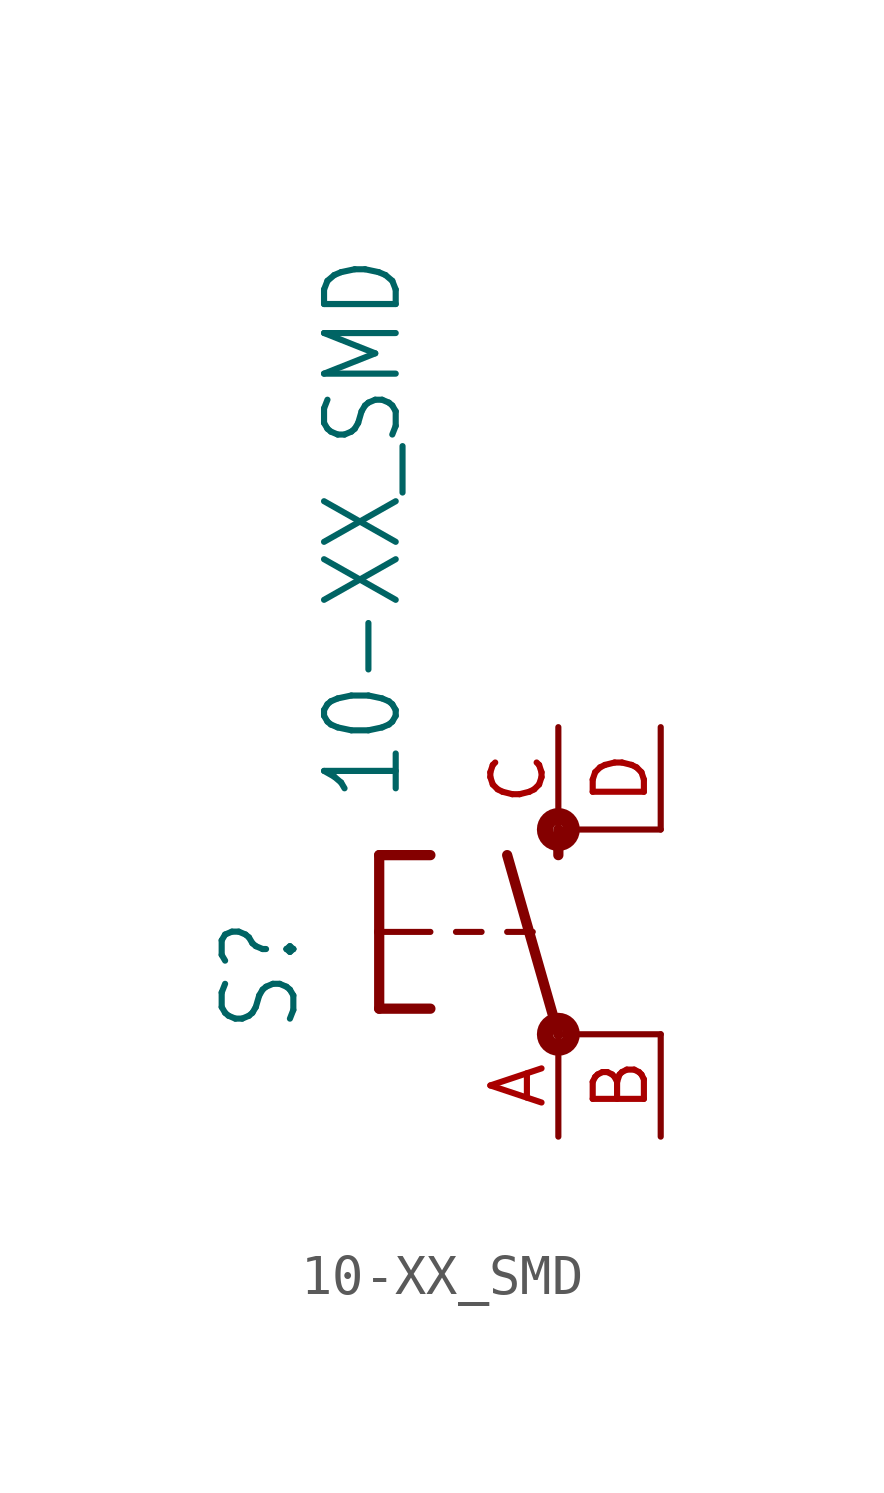
<source format=kicad_sym>
(kicad_symbol_lib
  (version 20211014)
  (generator kicad_symbol_editor)
  (symbol "10-XX_SMD"
    (property "Reference" "S"
      (at -6.35 -2.54 90)
      (effects (font (size 1.778 1.511)) (justify left bottom)))
    (property "Value" "10-XX_SMD"
      (at -3.81 3.175 90)
      (effects (font (size 1.778 1.511)) (justify left bottom)))
    (property "ki_locked" ""
      (at 0 0 0)
      (effects (font (size 1.27 1.27))))
    (symbol "10-XX_SMD_1_0"
      (circle (center 0 -2.54) (radius 0.127) (stroke (width 0.406) (type default) (color 0 0 0 0)) (fill (type none)))
      (polyline (pts (xy -4.445 -1.905) (xy -3.175 -1.905)) (stroke (width 0.254) (type default) (color 0 0 0 0)) (fill (type none)))
      (polyline (pts (xy -4.445 0) (xy -4.445 -1.905)) (stroke (width 0.254) (type default) (color 0 0 0 0)) (fill (type none)))
      (polyline (pts (xy -4.445 0) (xy -3.175 0)) (stroke (width 0.152) (type default) (color 0 0 0 0)) (fill (type none)))
      (polyline (pts (xy -4.445 1.905) (xy -4.445 0)) (stroke (width 0.254) (type default) (color 0 0 0 0)) (fill (type none)))
      (polyline (pts (xy -4.445 1.905) (xy -3.175 1.905)) (stroke (width 0.254) (type default) (color 0 0 0 0)) (fill (type none)))
      (polyline (pts (xy -2.54 0) (xy -1.905 0)) (stroke (width 0.152) (type default) (color 0 0 0 0)) (fill (type none)))
      (polyline (pts (xy -1.27 0) (xy -0.635 0)) (stroke (width 0.152) (type default) (color 0 0 0 0)) (fill (type none)))
      (polyline (pts (xy 0 -2.54) (xy -1.27 1.905)) (stroke (width 0.254) (type default) (color 0 0 0 0)) (fill (type none)))
      (polyline (pts (xy 0 1.905) (xy 0 2.54)) (stroke (width 0.254) (type default) (color 0 0 0 0)) (fill (type none)))
      (polyline (pts (xy 2.54 -2.54) (xy 0 -2.54)) (stroke (width 0.152) (type default) (color 0 0 0 0)) (fill (type none)))
      (polyline (pts (xy 2.54 2.54) (xy 0 2.54)) (stroke (width 0.152) (type default) (color 0 0 0 0)) (fill (type none)))
      (circle (center 0 2.54) (radius 0.127) (stroke (width 0.406) (type default) (color 0 0 0 0)) (fill (type none)))
      (pin passive line (at 0 -5.08 90) (length 2.54) (name "P" (effects (font (size 0 0)))) (number "A" (effects (font (size 1.27 1.27)))))
      (pin passive line (at 2.54 -5.08 90) (length 2.54) (name "P1" (effects (font (size 0 0)))) (number "B" (effects (font (size 1.27 1.27)))))
      (pin passive line (at 0 5.08 270) (length 2.54) (name "S" (effects (font (size 0 0)))) (number "C" (effects (font (size 1.27 1.27)))))
      (pin passive line (at 2.54 5.08 270) (length 2.54) (name "S1" (effects (font (size 0 0)))) (number "D" (effects (font (size 1.27 1.27))))))))
</source>
